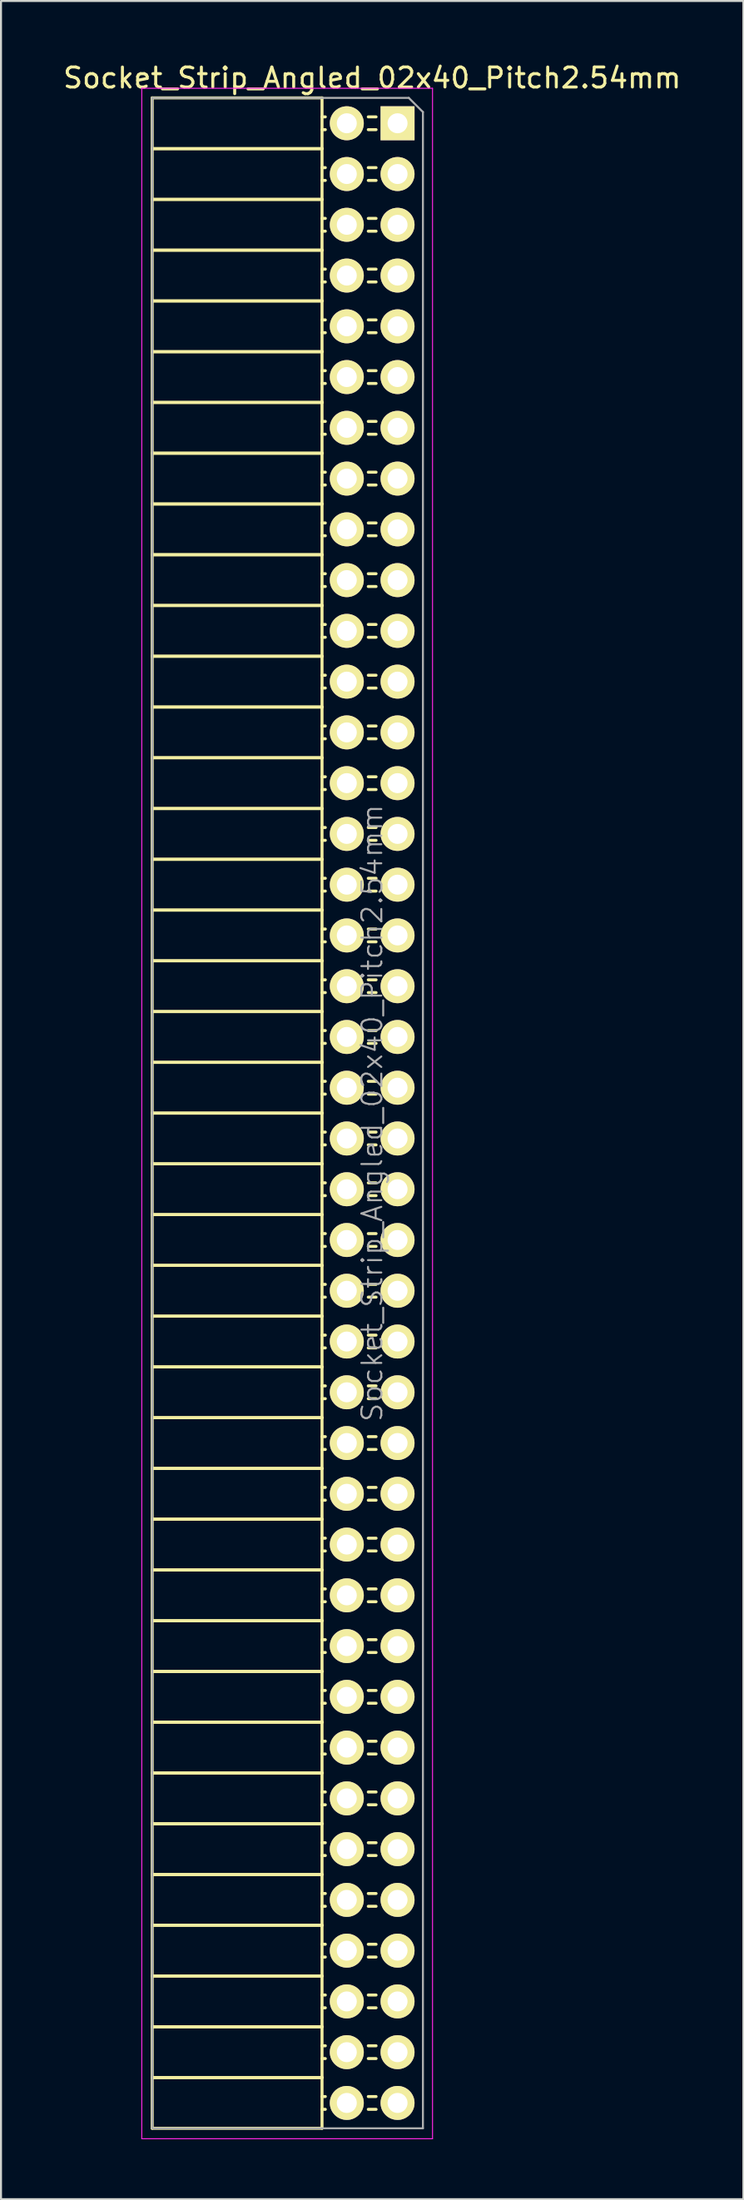
<source format=kicad_pcb>
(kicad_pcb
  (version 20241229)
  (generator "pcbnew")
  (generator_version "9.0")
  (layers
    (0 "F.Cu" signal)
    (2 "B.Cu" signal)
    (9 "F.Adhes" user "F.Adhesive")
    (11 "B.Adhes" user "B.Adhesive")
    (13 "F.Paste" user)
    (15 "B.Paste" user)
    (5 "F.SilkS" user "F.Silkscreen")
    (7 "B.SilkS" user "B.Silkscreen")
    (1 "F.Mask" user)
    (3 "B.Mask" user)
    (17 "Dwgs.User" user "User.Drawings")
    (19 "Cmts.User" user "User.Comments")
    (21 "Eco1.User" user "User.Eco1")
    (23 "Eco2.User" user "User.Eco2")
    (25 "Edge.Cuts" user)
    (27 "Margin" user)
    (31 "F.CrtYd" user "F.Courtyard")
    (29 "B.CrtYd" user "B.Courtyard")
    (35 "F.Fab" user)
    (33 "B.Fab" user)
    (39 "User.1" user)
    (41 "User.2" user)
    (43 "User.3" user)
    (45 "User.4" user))
  (footprint "Socket_Strip_Angled_02x40_Pitch2.54mm"
    (layer "F.Cu")
    (at 16.847 3.118)
    (property "Reference" "Socket_Strip_Angled_02x40_Pitch2.54mm" (at -1.27 -2.27 0) (layer "F.SilkS") (effects (font (size 1 1) (thickness 0.15))))
    (attr smd)
    (fp_line (start -12.28 -1.27) (end -12.28 1.27) (stroke (width 0.15) (type solid)) (layer "F.SilkS"))
    (fp_line (start -12.28 -1.27) (end -3.78 -1.27) (stroke (width 0.15) (type solid)) (layer "F.SilkS"))
    (fp_line (start -12.28 1.27) (end -12.28 3.81) (stroke (width 0.15) (type solid)) (layer "F.SilkS"))
    (fp_line (start -12.28 1.27) (end -3.78 1.27) (stroke (width 0.15) (type solid)) (layer "F.SilkS"))
    (fp_line (start -12.28 1.27) (end -3.78 1.27) (stroke (width 0.15) (type solid)) (layer "F.SilkS"))
    (fp_line (start -12.28 3.81) (end -12.28 6.35) (stroke (width 0.15) (type solid)) (layer "F.SilkS"))
    (fp_line (start -12.28 3.81) (end -3.78 3.81) (stroke (width 0.15) (type solid)) (layer "F.SilkS"))
    (fp_line (start -12.28 3.81) (end -3.78 3.81) (stroke (width 0.15) (type solid)) (layer "F.SilkS"))
    (fp_line (start -12.28 6.35) (end -12.28 8.89) (stroke (width 0.15) (type solid)) (layer "F.SilkS"))
    (fp_line (start -12.28 6.35) (end -3.78 6.35) (stroke (width 0.15) (type solid)) (layer "F.SilkS"))
    (fp_line (start -12.28 6.35) (end -3.78 6.35) (stroke (width 0.15) (type solid)) (layer "F.SilkS"))
    (fp_line (start -12.28 8.89) (end -12.28 11.43) (stroke (width 0.15) (type solid)) (layer "F.SilkS"))
    (fp_line (start -12.28 8.89) (end -3.78 8.89) (stroke (width 0.15) (type solid)) (layer "F.SilkS"))
    (fp_line (start -12.28 8.89) (end -3.78 8.89) (stroke (width 0.15) (type solid)) (layer "F.SilkS"))
    (fp_line (start -12.28 11.43) (end -12.28 13.97) (stroke (width 0.15) (type solid)) (layer "F.SilkS"))
    (fp_line (start -12.28 11.43) (end -3.78 11.43) (stroke (width 0.15) (type solid)) (layer "F.SilkS"))
    (fp_line (start -12.28 11.43) (end -3.78 11.43) (stroke (width 0.15) (type solid)) (layer "F.SilkS"))
    (fp_line (start -12.28 13.97) (end -12.28 16.51) (stroke (width 0.15) (type solid)) (layer "F.SilkS"))
    (fp_line (start -12.28 13.97) (end -3.78 13.97) (stroke (width 0.15) (type solid)) (layer "F.SilkS"))
    (fp_line (start -12.28 13.97) (end -3.78 13.97) (stroke (width 0.15) (type solid)) (layer "F.SilkS"))
    (fp_line (start -12.28 16.51) (end -12.28 19.05) (stroke (width 0.15) (type solid)) (layer "F.SilkS"))
    (fp_line (start -12.28 16.51) (end -3.78 16.51) (stroke (width 0.15) (type solid)) (layer "F.SilkS"))
    (fp_line (start -12.28 16.51) (end -3.78 16.51) (stroke (width 0.15) (type solid)) (layer "F.SilkS"))
    (fp_line (start -12.28 19.05) (end -12.28 21.59) (stroke (width 0.15) (type solid)) (layer "F.SilkS"))
    (fp_line (start -12.28 19.05) (end -3.78 19.05) (stroke (width 0.15) (type solid)) (layer "F.SilkS"))
    (fp_line (start -12.28 19.05) (end -3.78 19.05) (stroke (width 0.15) (type solid)) (layer "F.SilkS"))
    (fp_line (start -12.28 21.59) (end -12.28 24.13) (stroke (width 0.15) (type solid)) (layer "F.SilkS"))
    (fp_line (start -12.28 21.59) (end -3.78 21.59) (stroke (width 0.15) (type solid)) (layer "F.SilkS"))
    (fp_line (start -12.28 21.59) (end -3.78 21.59) (stroke (width 0.15) (type solid)) (layer "F.SilkS"))
    (fp_line (start -12.28 24.13) (end -12.28 26.67) (stroke (width 0.15) (type solid)) (layer "F.SilkS"))
    (fp_line (start -12.28 24.13) (end -3.78 24.13) (stroke (width 0.15) (type solid)) (layer "F.SilkS"))
    (fp_line (start -12.28 24.13) (end -3.78 24.13) (stroke (width 0.15) (type solid)) (layer "F.SilkS"))
    (fp_line (start -12.28 26.67) (end -12.28 29.21) (stroke (width 0.15) (type solid)) (layer "F.SilkS"))
    (fp_line (start -12.28 26.67) (end -3.78 26.67) (stroke (width 0.15) (type solid)) (layer "F.SilkS"))
    (fp_line (start -12.28 26.67) (end -3.78 26.67) (stroke (width 0.15) (type solid)) (layer "F.SilkS"))
    (fp_line (start -12.28 29.21) (end -12.28 31.75) (stroke (width 0.15) (type solid)) (layer "F.SilkS"))
    (fp_line (start -12.28 29.21) (end -3.78 29.21) (stroke (width 0.15) (type solid)) (layer "F.SilkS"))
    (fp_line (start -12.28 29.21) (end -3.78 29.21) (stroke (width 0.15) (type solid)) (layer "F.SilkS"))
    (fp_line (start -12.28 31.75) (end -12.28 34.29) (stroke (width 0.15) (type solid)) (layer "F.SilkS"))
    (fp_line (start -12.28 31.75) (end -3.78 31.75) (stroke (width 0.15) (type solid)) (layer "F.SilkS"))
    (fp_line (start -12.28 31.75) (end -3.78 31.75) (stroke (width 0.15) (type solid)) (layer "F.SilkS"))
    (fp_line (start -12.28 34.29) (end -12.28 36.83) (stroke (width 0.15) (type solid)) (layer "F.SilkS"))
    (fp_line (start -12.28 34.29) (end -3.78 34.29) (stroke (width 0.15) (type solid)) (layer "F.SilkS"))
    (fp_line (start -12.28 34.29) (end -3.78 34.29) (stroke (width 0.15) (type solid)) (layer "F.SilkS"))
    (fp_line (start -12.28 36.83) (end -12.28 39.37) (stroke (width 0.15) (type solid)) (layer "F.SilkS"))
    (fp_line (start -12.28 36.83) (end -3.78 36.83) (stroke (width 0.15) (type solid)) (layer "F.SilkS"))
    (fp_line (start -12.28 36.83) (end -3.78 36.83) (stroke (width 0.15) (type solid)) (layer "F.SilkS"))
    (fp_line (start -12.28 39.37) (end -12.28 41.91) (stroke (width 0.15) (type solid)) (layer "F.SilkS"))
    (fp_line (start -12.28 39.37) (end -3.78 39.37) (stroke (width 0.15) (type solid)) (layer "F.SilkS"))
    (fp_line (start -12.28 39.37) (end -3.78 39.37) (stroke (width 0.15) (type solid)) (layer "F.SilkS"))
    (fp_line (start -12.28 41.91) (end -12.28 44.45) (stroke (width 0.15) (type solid)) (layer "F.SilkS"))
    (fp_line (start -12.28 41.91) (end -3.78 41.91) (stroke (width 0.15) (type solid)) (layer "F.SilkS"))
    (fp_line (start -12.28 41.91) (end -3.78 41.91) (stroke (width 0.15) (type solid)) (layer "F.SilkS"))
    (fp_line (start -12.28 44.45) (end -12.28 46.99) (stroke (width 0.15) (type solid)) (layer "F.SilkS"))
    (fp_line (start -12.28 44.45) (end -3.78 44.45) (stroke (width 0.15) (type solid)) (layer "F.SilkS"))
    (fp_line (start -12.28 44.45) (end -3.78 44.45) (stroke (width 0.15) (type solid)) (layer "F.SilkS"))
    (fp_line (start -12.28 46.99) (end -12.28 49.53) (stroke (width 0.15) (type solid)) (layer "F.SilkS"))
    (fp_line (start -12.28 46.99) (end -3.78 46.99) (stroke (width 0.15) (type solid)) (layer "F.SilkS"))
    (fp_line (start -12.28 46.99) (end -3.78 46.99) (stroke (width 0.15) (type solid)) (layer "F.SilkS"))
    (fp_line (start -12.28 49.53) (end -12.28 52.07) (stroke (width 0.15) (type solid)) (layer "F.SilkS"))
    (fp_line (start -12.28 49.53) (end -3.78 49.53) (stroke (width 0.15) (type solid)) (layer "F.SilkS"))
    (fp_line (start -12.28 49.53) (end -3.78 49.53) (stroke (width 0.15) (type solid)) (layer "F.SilkS"))
    (fp_line (start -12.28 52.07) (end -12.28 54.61) (stroke (width 0.15) (type solid)) (layer "F.SilkS"))
    (fp_line (start -12.28 52.07) (end -3.78 52.07) (stroke (width 0.15) (type solid)) (layer "F.SilkS"))
    (fp_line (start -12.28 52.07) (end -3.78 52.07) (stroke (width 0.15) (type solid)) (layer "F.SilkS"))
    (fp_line (start -12.28 54.61) (end -12.28 57.15) (stroke (width 0.15) (type solid)) (layer "F.SilkS"))
    (fp_line (start -12.28 54.61) (end -3.78 54.61) (stroke (width 0.15) (type solid)) (layer "F.SilkS"))
    (fp_line (start -12.28 54.61) (end -3.78 54.61) (stroke (width 0.15) (type solid)) (layer "F.SilkS"))
    (fp_line (start -12.28 57.15) (end -12.28 59.69) (stroke (width 0.15) (type solid)) (layer "F.SilkS"))
    (fp_line (start -12.28 57.15) (end -3.78 57.15) (stroke (width 0.15) (type solid)) (layer "F.SilkS"))
    (fp_line (start -12.28 57.15) (end -3.78 57.15) (stroke (width 0.15) (type solid)) (layer "F.SilkS"))
    (fp_line (start -12.28 59.69) (end -12.28 62.23) (stroke (width 0.15) (type solid)) (layer "F.SilkS"))
    (fp_line (start -12.28 59.69) (end -3.78 59.69) (stroke (width 0.15) (type solid)) (layer "F.SilkS"))
    (fp_line (start -12.28 59.69) (end -3.78 59.69) (stroke (width 0.15) (type solid)) (layer "F.SilkS"))
    (fp_line (start -12.28 62.23) (end -12.28 64.77) (stroke (width 0.15) (type solid)) (layer "F.SilkS"))
    (fp_line (start -12.28 62.23) (end -3.78 62.23) (stroke (width 0.15) (type solid)) (layer "F.SilkS"))
    (fp_line (start -12.28 62.23) (end -3.78 62.23) (stroke (width 0.15) (type solid)) (layer "F.SilkS"))
    (fp_line (start -12.28 64.77) (end -12.28 67.31) (stroke (width 0.15) (type solid)) (layer "F.SilkS"))
    (fp_line (start -12.28 64.77) (end -3.78 64.77) (stroke (width 0.15) (type solid)) (layer "F.SilkS"))
    (fp_line (start -12.28 64.77) (end -3.78 64.77) (stroke (width 0.15) (type solid)) (layer "F.SilkS"))
    (fp_line (start -12.28 67.31) (end -12.28 69.85) (stroke (width 0.15) (type solid)) (layer "F.SilkS"))
    (fp_line (start -12.28 67.31) (end -3.78 67.31) (stroke (width 0.15) (type solid)) (layer "F.SilkS"))
    (fp_line (start -12.28 67.31) (end -3.78 67.31) (stroke (width 0.15) (type solid)) (layer "F.SilkS"))
    (fp_line (start -12.28 69.85) (end -12.28 72.39) (stroke (width 0.15) (type solid)) (layer "F.SilkS"))
    (fp_line (start -12.28 69.85) (end -3.78 69.85) (stroke (width 0.15) (type solid)) (layer "F.SilkS"))
    (fp_line (start -12.28 69.85) (end -3.78 69.85) (stroke (width 0.15) (type solid)) (layer "F.SilkS"))
    (fp_line (start -12.28 72.39) (end -12.28 74.93) (stroke (width 0.15) (type solid)) (layer "F.SilkS"))
    (fp_line (start -12.28 72.39) (end -3.78 72.39) (stroke (width 0.15) (type solid)) (layer "F.SilkS"))
    (fp_line (start -12.28 72.39) (end -3.78 72.39) (stroke (width 0.15) (type solid)) (layer "F.SilkS"))
    (fp_line (start -12.28 74.93) (end -12.28 77.47) (stroke (width 0.15) (type solid)) (layer "F.SilkS"))
    (fp_line (start -12.28 74.93) (end -3.78 74.93) (stroke (width 0.15) (type solid)) (layer "F.SilkS"))
    (fp_line (start -12.28 74.93) (end -3.78 74.93) (stroke (width 0.15) (type solid)) (layer "F.SilkS"))
    (fp_line (start -12.28 77.47) (end -12.28 80.01) (stroke (width 0.15) (type solid)) (layer "F.SilkS"))
    (fp_line (start -12.28 77.47) (end -3.78 77.47) (stroke (width 0.15) (type solid)) (layer "F.SilkS"))
    (fp_line (start -12.28 77.47) (end -3.78 77.47) (stroke (width 0.15) (type solid)) (layer "F.SilkS"))
    (fp_line (start -12.28 80.01) (end -12.28 82.55) (stroke (width 0.15) (type solid)) (layer "F.SilkS"))
    (fp_line (start -12.28 80.01) (end -3.78 80.01) (stroke (width 0.15) (type solid)) (layer "F.SilkS"))
    (fp_line (start -12.28 80.01) (end -3.78 80.01) (stroke (width 0.15) (type solid)) (layer "F.SilkS"))
    (fp_line (start -12.28 82.55) (end -12.28 85.09) (stroke (width 0.15) (type solid)) (layer "F.SilkS"))
    (fp_line (start -12.28 82.55) (end -3.78 82.55) (stroke (width 0.15) (type solid)) (layer "F.SilkS"))
    (fp_line (start -12.28 82.55) (end -3.78 82.55) (stroke (width 0.15) (type solid)) (layer "F.SilkS"))
    (fp_line (start -12.28 85.09) (end -12.28 87.63) (stroke (width 0.15) (type solid)) (layer "F.SilkS"))
    (fp_line (start -12.28 85.09) (end -3.78 85.09) (stroke (width 0.15) (type solid)) (layer "F.SilkS"))
    (fp_line (start -12.28 85.09) (end -3.78 85.09) (stroke (width 0.15) (type solid)) (layer "F.SilkS"))
    (fp_line (start -12.28 87.63) (end -12.28 90.17) (stroke (width 0.15) (type solid)) (layer "F.SilkS"))
    (fp_line (start -12.28 87.63) (end -3.78 87.63) (stroke (width 0.15) (type solid)) (layer "F.SilkS"))
    (fp_line (start -12.28 87.63) (end -3.78 87.63) (stroke (width 0.15) (type solid)) (layer "F.SilkS"))
    (fp_line (start -12.28 90.17) (end -12.28 92.71) (stroke (width 0.15) (type solid)) (layer "F.SilkS"))
    (fp_line (start -12.28 90.17) (end -3.78 90.17) (stroke (width 0.15) (type solid)) (layer "F.SilkS"))
    (fp_line (start -12.28 90.17) (end -3.78 90.17) (stroke (width 0.15) (type solid)) (layer "F.SilkS"))
    (fp_line (start -12.28 92.71) (end -12.28 95.25) (stroke (width 0.15) (type solid)) (layer "F.SilkS"))
    (fp_line (start -12.28 92.71) (end -3.78 92.71) (stroke (width 0.15) (type solid)) (layer "F.SilkS"))
    (fp_line (start -12.28 92.71) (end -3.78 92.71) (stroke (width 0.15) (type solid)) (layer "F.SilkS"))
    (fp_line (start -12.28 95.25) (end -12.28 97.79) (stroke (width 0.15) (type solid)) (layer "F.SilkS"))
    (fp_line (start -12.28 95.25) (end -3.78 95.25) (stroke (width 0.15) (type solid)) (layer "F.SilkS"))
    (fp_line (start -12.28 95.25) (end -3.78 95.25) (stroke (width 0.15) (type solid)) (layer "F.SilkS"))
    (fp_line (start -12.28 97.79) (end -12.28 100.33) (stroke (width 0.15) (type solid)) (layer "F.SilkS"))
    (fp_line (start -12.28 97.79) (end -3.78 97.79) (stroke (width 0.15) (type solid)) (layer "F.SilkS"))
    (fp_line (start -12.28 97.79) (end -3.78 97.79) (stroke (width 0.15) (type solid)) (layer "F.SilkS"))
    (fp_line (start -12.28 100.33) (end -3.78 100.33) (stroke (width 0.15) (type solid)) (layer "F.SilkS"))
    (fp_line (start -3.78 -1.27) (end -3.78 1.27) (stroke (width 0.15) (type solid)) (layer "F.SilkS"))
    (fp_line (start -3.78 -0.32) (end -3.615 -0.32) (stroke (width 0.15) (type solid)) (layer "F.SilkS"))
    (fp_line (start -3.78 0.32) (end -3.615 0.32) (stroke (width 0.15) (type solid)) (layer "F.SilkS"))
    (fp_line (start -3.78 1.27) (end -3.78 3.81) (stroke (width 0.15) (type solid)) (layer "F.SilkS"))
    (fp_line (start -3.78 2.22) (end -3.615 2.22) (stroke (width 0.15) (type solid)) (layer "F.SilkS"))
    (fp_line (start -3.78 2.86) (end -3.615 2.86) (stroke (width 0.15) (type solid)) (layer "F.SilkS"))
    (fp_line (start -3.78 3.81) (end -3.78 6.35) (stroke (width 0.15) (type solid)) (layer "F.SilkS"))
    (fp_line (start -3.78 4.76) (end -3.615 4.76) (stroke (width 0.15) (type solid)) (layer "F.SilkS"))
    (fp_line (start -3.78 5.4) (end -3.615 5.4) (stroke (width 0.15) (type solid)) (layer "F.SilkS"))
    (fp_line (start -3.78 6.35) (end -3.78 8.89) (stroke (width 0.15) (type solid)) (layer "F.SilkS"))
    (fp_line (start -3.78 7.3) (end -3.615 7.3) (stroke (width 0.15) (type solid)) (layer "F.SilkS"))
    (fp_line (start -3.78 7.94) (end -3.615 7.94) (stroke (width 0.15) (type solid)) (layer "F.SilkS"))
    (fp_line (start -3.78 8.89) (end -3.78 11.43) (stroke (width 0.15) (type solid)) (layer "F.SilkS"))
    (fp_line (start -3.78 9.84) (end -3.615 9.84) (stroke (width 0.15) (type solid)) (layer "F.SilkS"))
    (fp_line (start -3.78 10.48) (end -3.615 10.48) (stroke (width 0.15) (type solid)) (layer "F.SilkS"))
    (fp_line (start -3.78 11.43) (end -3.78 13.97) (stroke (width 0.15) (type solid)) (layer "F.SilkS"))
    (fp_line (start -3.78 12.38) (end -3.615 12.38) (stroke (width 0.15) (type solid)) (layer "F.SilkS"))
    (fp_line (start -3.78 13.02) (end -3.615 13.02) (stroke (width 0.15) (type solid)) (layer "F.SilkS"))
    (fp_line (start -3.78 13.97) (end -3.78 16.51) (stroke (width 0.15) (type solid)) (layer "F.SilkS"))
    (fp_line (start -3.78 14.92) (end -3.615 14.92) (stroke (width 0.15) (type solid)) (layer "F.SilkS"))
    (fp_line (start -3.78 15.56) (end -3.615 15.56) (stroke (width 0.15) (type solid)) (layer "F.SilkS"))
    (fp_line (start -3.78 16.51) (end -3.78 19.05) (stroke (width 0.15) (type solid)) (layer "F.SilkS"))
    (fp_line (start -3.78 17.46) (end -3.615 17.46) (stroke (width 0.15) (type solid)) (layer "F.SilkS"))
    (fp_line (start -3.78 18.1) (end -3.615 18.1) (stroke (width 0.15) (type solid)) (layer "F.SilkS"))
    (fp_line (start -3.78 19.05) (end -3.78 21.59) (stroke (width 0.15) (type solid)) (layer "F.SilkS"))
    (fp_line (start -3.78 20) (end -3.615 20) (stroke (width 0.15) (type solid)) (layer "F.SilkS"))
    (fp_line (start -3.78 20.64) (end -3.615 20.64) (stroke (width 0.15) (type solid)) (layer "F.SilkS"))
    (fp_line (start -3.78 21.59) (end -3.78 24.13) (stroke (width 0.15) (type solid)) (layer "F.SilkS"))
    (fp_line (start -3.78 22.54) (end -3.615 22.54) (stroke (width 0.15) (type solid)) (layer "F.SilkS"))
    (fp_line (start -3.78 23.18) (end -3.615 23.18) (stroke (width 0.15) (type solid)) (layer "F.SilkS"))
    (fp_line (start -3.78 24.13) (end -3.78 26.67) (stroke (width 0.15) (type solid)) (layer "F.SilkS"))
    (fp_line (start -3.78 25.08) (end -3.615 25.08) (stroke (width 0.15) (type solid)) (layer "F.SilkS"))
    (fp_line (start -3.78 25.72) (end -3.615 25.72) (stroke (width 0.15) (type solid)) (layer "F.SilkS"))
    (fp_line (start -3.78 26.67) (end -3.78 29.21) (stroke (width 0.15) (type solid)) (layer "F.SilkS"))
    (fp_line (start -3.78 27.62) (end -3.615 27.62) (stroke (width 0.15) (type solid)) (layer "F.SilkS"))
    (fp_line (start -3.78 28.26) (end -3.615 28.26) (stroke (width 0.15) (type solid)) (layer "F.SilkS"))
    (fp_line (start -3.78 29.21) (end -3.78 31.75) (stroke (width 0.15) (type solid)) (layer "F.SilkS"))
    (fp_line (start -3.78 30.16) (end -3.615 30.16) (stroke (width 0.15) (type solid)) (layer "F.SilkS"))
    (fp_line (start -3.78 30.8) (end -3.615 30.8) (stroke (width 0.15) (type solid)) (layer "F.SilkS"))
    (fp_line (start -3.78 31.75) (end -3.78 34.29) (stroke (width 0.15) (type solid)) (layer "F.SilkS"))
    (fp_line (start -3.78 32.7) (end -3.615 32.7) (stroke (width 0.15) (type solid)) (layer "F.SilkS"))
    (fp_line (start -3.78 33.34) (end -3.615 33.34) (stroke (width 0.15) (type solid)) (layer "F.SilkS"))
    (fp_line (start -3.78 34.29) (end -3.78 36.83) (stroke (width 0.15) (type solid)) (layer "F.SilkS"))
    (fp_line (start -3.78 35.24) (end -3.615 35.24) (stroke (width 0.15) (type solid)) (layer "F.SilkS"))
    (fp_line (start -3.78 35.88) (end -3.615 35.88) (stroke (width 0.15) (type solid)) (layer "F.SilkS"))
    (fp_line (start -3.78 36.83) (end -3.78 39.37) (stroke (width 0.15) (type solid)) (layer "F.SilkS"))
    (fp_line (start -3.78 37.78) (end -3.615 37.78) (stroke (width 0.15) (type solid)) (layer "F.SilkS"))
    (fp_line (start -3.78 38.42) (end -3.615 38.42) (stroke (width 0.15) (type solid)) (layer "F.SilkS"))
    (fp_line (start -3.78 39.37) (end -3.78 41.91) (stroke (width 0.15) (type solid)) (layer "F.SilkS"))
    (fp_line (start -3.78 40.32) (end -3.615 40.32) (stroke (width 0.15) (type solid)) (layer "F.SilkS"))
    (fp_line (start -3.78 40.96) (end -3.615 40.96) (stroke (width 0.15) (type solid)) (layer "F.SilkS"))
    (fp_line (start -3.78 41.91) (end -3.78 44.45) (stroke (width 0.15) (type solid)) (layer "F.SilkS"))
    (fp_line (start -3.78 42.86) (end -3.615 42.86) (stroke (width 0.15) (type solid)) (layer "F.SilkS"))
    (fp_line (start -3.78 43.5) (end -3.615 43.5) (stroke (width 0.15) (type solid)) (layer "F.SilkS"))
    (fp_line (start -3.78 44.45) (end -3.78 46.99) (stroke (width 0.15) (type solid)) (layer "F.SilkS"))
    (fp_line (start -3.78 45.4) (end -3.615 45.4) (stroke (width 0.15) (type solid)) (layer "F.SilkS"))
    (fp_line (start -3.78 46.04) (end -3.615 46.04) (stroke (width 0.15) (type solid)) (layer "F.SilkS"))
    (fp_line (start -3.78 46.99) (end -3.78 49.53) (stroke (width 0.15) (type solid)) (layer "F.SilkS"))
    (fp_line (start -3.78 47.94) (end -3.615 47.94) (stroke (width 0.15) (type solid)) (layer "F.SilkS"))
    (fp_line (start -3.78 48.58) (end -3.615 48.58) (stroke (width 0.15) (type solid)) (layer "F.SilkS"))
    (fp_line (start -3.78 49.53) (end -3.78 52.07) (stroke (width 0.15) (type solid)) (layer "F.SilkS"))
    (fp_line (start -3.78 50.48) (end -3.615 50.48) (stroke (width 0.15) (type solid)) (layer "F.SilkS"))
    (fp_line (start -3.78 51.12) (end -3.615 51.12) (stroke (width 0.15) (type solid)) (layer "F.SilkS"))
    (fp_line (start -3.78 52.07) (end -3.78 54.61) (stroke (width 0.15) (type solid)) (layer "F.SilkS"))
    (fp_line (start -3.78 53.02) (end -3.615 53.02) (stroke (width 0.15) (type solid)) (layer "F.SilkS"))
    (fp_line (start -3.78 53.66) (end -3.615 53.66) (stroke (width 0.15) (type solid)) (layer "F.SilkS"))
    (fp_line (start -3.78 54.61) (end -3.78 57.15) (stroke (width 0.15) (type solid)) (layer "F.SilkS"))
    (fp_line (start -3.78 55.56) (end -3.615 55.56) (stroke (width 0.15) (type solid)) (layer "F.SilkS"))
    (fp_line (start -3.78 56.2) (end -3.615 56.2) (stroke (width 0.15) (type solid)) (layer "F.SilkS"))
    (fp_line (start -3.78 57.15) (end -3.78 59.69) (stroke (width 0.15) (type solid)) (layer "F.SilkS"))
    (fp_line (start -3.78 58.1) (end -3.615 58.1) (stroke (width 0.15) (type solid)) (layer "F.SilkS"))
    (fp_line (start -3.78 58.74) (end -3.615 58.74) (stroke (width 0.15) (type solid)) (layer "F.SilkS"))
    (fp_line (start -3.78 59.69) (end -3.78 62.23) (stroke (width 0.15) (type solid)) (layer "F.SilkS"))
    (fp_line (start -3.78 60.64) (end -3.615 60.64) (stroke (width 0.15) (type solid)) (layer "F.SilkS"))
    (fp_line (start -3.78 61.28) (end -3.615 61.28) (stroke (width 0.15) (type solid)) (layer "F.SilkS"))
    (fp_line (start -3.78 62.23) (end -3.78 64.77) (stroke (width 0.15) (type solid)) (layer "F.SilkS"))
    (fp_line (start -3.78 63.18) (end -3.615 63.18) (stroke (width 0.15) (type solid)) (layer "F.SilkS"))
    (fp_line (start -3.78 63.82) (end -3.615 63.82) (stroke (width 0.15) (type solid)) (layer "F.SilkS"))
    (fp_line (start -3.78 64.77) (end -3.78 67.31) (stroke (width 0.15) (type solid)) (layer "F.SilkS"))
    (fp_line (start -3.78 65.72) (end -3.615 65.72) (stroke (width 0.15) (type solid)) (layer "F.SilkS"))
    (fp_line (start -3.78 66.36) (end -3.615 66.36) (stroke (width 0.15) (type solid)) (layer "F.SilkS"))
    (fp_line (start -3.78 67.31) (end -3.78 69.85) (stroke (width 0.15) (type solid)) (layer "F.SilkS"))
    (fp_line (start -3.78 68.26) (end -3.615 68.26) (stroke (width 0.15) (type solid)) (layer "F.SilkS"))
    (fp_line (start -3.78 68.9) (end -3.615 68.9) (stroke (width 0.15) (type solid)) (layer "F.SilkS"))
    (fp_line (start -3.78 69.85) (end -3.78 72.39) (stroke (width 0.15) (type solid)) (layer "F.SilkS"))
    (fp_line (start -3.78 70.8) (end -3.615 70.8) (stroke (width 0.15) (type solid)) (layer "F.SilkS"))
    (fp_line (start -3.78 71.44) (end -3.615 71.44) (stroke (width 0.15) (type solid)) (layer "F.SilkS"))
    (fp_line (start -3.78 72.39) (end -3.78 74.93) (stroke (width 0.15) (type solid)) (layer "F.SilkS"))
    (fp_line (start -3.78 73.34) (end -3.615 73.34) (stroke (width 0.15) (type solid)) (layer "F.SilkS"))
    (fp_line (start -3.78 73.98) (end -3.615 73.98) (stroke (width 0.15) (type solid)) (layer "F.SilkS"))
    (fp_line (start -3.78 74.93) (end -3.78 77.47) (stroke (width 0.15) (type solid)) (layer "F.SilkS"))
    (fp_line (start -3.78 75.88) (end -3.615 75.88) (stroke (width 0.15) (type solid)) (layer "F.SilkS"))
    (fp_line (start -3.78 76.52) (end -3.615 76.52) (stroke (width 0.15) (type solid)) (layer "F.SilkS"))
    (fp_line (start -3.78 77.47) (end -3.78 80.01) (stroke (width 0.15) (type solid)) (layer "F.SilkS"))
    (fp_line (start -3.78 78.42) (end -3.615 78.42) (stroke (width 0.15) (type solid)) (layer "F.SilkS"))
    (fp_line (start -3.78 79.06) (end -3.615 79.06) (stroke (width 0.15) (type solid)) (layer "F.SilkS"))
    (fp_line (start -3.78 80.01) (end -3.78 82.55) (stroke (width 0.15) (type solid)) (layer "F.SilkS"))
    (fp_line (start -3.78 80.96) (end -3.615 80.96) (stroke (width 0.15) (type solid)) (layer "F.SilkS"))
    (fp_line (start -3.78 81.6) (end -3.615 81.6) (stroke (width 0.15) (type solid)) (layer "F.SilkS"))
    (fp_line (start -3.78 82.55) (end -3.78 85.09) (stroke (width 0.15) (type solid)) (layer "F.SilkS"))
    (fp_line (start -3.78 83.5) (end -3.615 83.5) (stroke (width 0.15) (type solid)) (layer "F.SilkS"))
    (fp_line (start -3.78 84.14) (end -3.615 84.14) (stroke (width 0.15) (type solid)) (layer "F.SilkS"))
    (fp_line (start -3.78 85.09) (end -3.78 87.63) (stroke (width 0.15) (type solid)) (layer "F.SilkS"))
    (fp_line (start -3.78 86.04) (end -3.615 86.04) (stroke (width 0.15) (type solid)) (layer "F.SilkS"))
    (fp_line (start -3.78 86.68) (end -3.615 86.68) (stroke (width 0.15) (type solid)) (layer "F.SilkS"))
    (fp_line (start -3.78 87.63) (end -3.78 90.17) (stroke (width 0.15) (type solid)) (layer "F.SilkS"))
    (fp_line (start -3.78 88.58) (end -3.615 88.58) (stroke (width 0.15) (type solid)) (layer "F.SilkS"))
    (fp_line (start -3.78 89.22) (end -3.615 89.22) (stroke (width 0.15) (type solid)) (layer "F.SilkS"))
    (fp_line (start -3.78 90.17) (end -3.78 92.71) (stroke (width 0.15) (type solid)) (layer "F.SilkS"))
    (fp_line (start -3.78 91.12) (end -3.615 91.12) (stroke (width 0.15) (type solid)) (layer "F.SilkS"))
    (fp_line (start -3.78 91.76) (end -3.615 91.76) (stroke (width 0.15) (type solid)) (layer "F.SilkS"))
    (fp_line (start -3.78 92.71) (end -3.78 95.25) (stroke (width 0.15) (type solid)) (layer "F.SilkS"))
    (fp_line (start -3.78 93.66) (end -3.615 93.66) (stroke (width 0.15) (type solid)) (layer "F.SilkS"))
    (fp_line (start -3.78 94.3) (end -3.615 94.3) (stroke (width 0.15) (type solid)) (layer "F.SilkS"))
    (fp_line (start -3.78 95.25) (end -3.78 97.79) (stroke (width 0.15) (type solid)) (layer "F.SilkS"))
    (fp_line (start -3.78 96.2) (end -3.615 96.2) (stroke (width 0.15) (type solid)) (layer "F.SilkS"))
    (fp_line (start -3.78 96.84) (end -3.615 96.84) (stroke (width 0.15) (type solid)) (layer "F.SilkS"))
    (fp_line (start -3.78 97.79) (end -3.78 100.33) (stroke (width 0.15) (type solid)) (layer "F.SilkS"))
    (fp_line (start -3.78 98.74) (end -3.615 98.74) (stroke (width 0.15) (type solid)) (layer "F.SilkS"))
    (fp_line (start -3.78 99.38) (end -3.615 99.38) (stroke (width 0.15) (type solid)) (layer "F.SilkS"))
    (fp_line (start -1.075 -0.32) (end -1.465 -0.32) (stroke (width 0.15) (type solid)) (layer "F.SilkS"))
    (fp_line (start -1.075 0.32) (end -1.465 0.32) (stroke (width 0.15) (type solid)) (layer "F.SilkS"))
    (fp_line (start -1.075 2.22) (end -1.465 2.22) (stroke (width 0.15) (type solid)) (layer "F.SilkS"))
    (fp_line (start -1.075 2.86) (end -1.465 2.86) (stroke (width 0.15) (type solid)) (layer "F.SilkS"))
    (fp_line (start -1.075 4.76) (end -1.465 4.76) (stroke (width 0.15) (type solid)) (layer "F.SilkS"))
    (fp_line (start -1.075 5.4) (end -1.465 5.4) (stroke (width 0.15) (type solid)) (layer "F.SilkS"))
    (fp_line (start -1.075 7.3) (end -1.465 7.3) (stroke (width 0.15) (type solid)) (layer "F.SilkS"))
    (fp_line (start -1.075 7.94) (end -1.465 7.94) (stroke (width 0.15) (type solid)) (layer "F.SilkS"))
    (fp_line (start -1.075 9.84) (end -1.465 9.84) (stroke (width 0.15) (type solid)) (layer "F.SilkS"))
    (fp_line (start -1.075 10.48) (end -1.465 10.48) (stroke (width 0.15) (type solid)) (layer "F.SilkS"))
    (fp_line (start -1.075 12.38) (end -1.465 12.38) (stroke (width 0.15) (type solid)) (layer "F.SilkS"))
    (fp_line (start -1.075 13.02) (end -1.465 13.02) (stroke (width 0.15) (type solid)) (layer "F.SilkS"))
    (fp_line (start -1.075 14.92) (end -1.465 14.92) (stroke (width 0.15) (type solid)) (layer "F.SilkS"))
    (fp_line (start -1.075 15.56) (end -1.465 15.56) (stroke (width 0.15) (type solid)) (layer "F.SilkS"))
    (fp_line (start -1.075 17.46) (end -1.465 17.46) (stroke (width 0.15) (type solid)) (layer "F.SilkS"))
    (fp_line (start -1.075 18.1) (end -1.465 18.1) (stroke (width 0.15) (type solid)) (layer "F.SilkS"))
    (fp_line (start -1.075 20) (end -1.465 20) (stroke (width 0.15) (type solid)) (layer "F.SilkS"))
    (fp_line (start -1.075 20.64) (end -1.465 20.64) (stroke (width 0.15) (type solid)) (layer "F.SilkS"))
    (fp_line (start -1.075 22.54) (end -1.465 22.54) (stroke (width 0.15) (type solid)) (layer "F.SilkS"))
    (fp_line (start -1.075 23.18) (end -1.465 23.18) (stroke (width 0.15) (type solid)) (layer "F.SilkS"))
    (fp_line (start -1.075 25.08) (end -1.465 25.08) (stroke (width 0.15) (type solid)) (layer "F.SilkS"))
    (fp_line (start -1.075 25.72) (end -1.465 25.72) (stroke (width 0.15) (type solid)) (layer "F.SilkS"))
    (fp_line (start -1.075 27.62) (end -1.465 27.62) (stroke (width 0.15) (type solid)) (layer "F.SilkS"))
    (fp_line (start -1.075 28.26) (end -1.465 28.26) (stroke (width 0.15) (type solid)) (layer "F.SilkS"))
    (fp_line (start -1.075 30.16) (end -1.465 30.16) (stroke (width 0.15) (type solid)) (layer "F.SilkS"))
    (fp_line (start -1.075 30.8) (end -1.465 30.8) (stroke (width 0.15) (type solid)) (layer "F.SilkS"))
    (fp_line (start -1.075 32.7) (end -1.465 32.7) (stroke (width 0.15) (type solid)) (layer "F.SilkS"))
    (fp_line (start -1.075 33.34) (end -1.465 33.34) (stroke (width 0.15) (type solid)) (layer "F.SilkS"))
    (fp_line (start -1.075 35.24) (end -1.465 35.24) (stroke (width 0.15) (type solid)) (layer "F.SilkS"))
    (fp_line (start -1.075 35.88) (end -1.465 35.88) (stroke (width 0.15) (type solid)) (layer "F.SilkS"))
    (fp_line (start -1.075 37.78) (end -1.465 37.78) (stroke (width 0.15) (type solid)) (layer "F.SilkS"))
    (fp_line (start -1.075 38.42) (end -1.465 38.42) (stroke (width 0.15) (type solid)) (layer "F.SilkS"))
    (fp_line (start -1.075 40.32) (end -1.465 40.32) (stroke (width 0.15) (type solid)) (layer "F.SilkS"))
    (fp_line (start -1.075 40.96) (end -1.465 40.96) (stroke (width 0.15) (type solid)) (layer "F.SilkS"))
    (fp_line (start -1.075 42.86) (end -1.465 42.86) (stroke (width 0.15) (type solid)) (layer "F.SilkS"))
    (fp_line (start -1.075 43.5) (end -1.465 43.5) (stroke (width 0.15) (type solid)) (layer "F.SilkS"))
    (fp_line (start -1.075 45.4) (end -1.465 45.4) (stroke (width 0.15) (type solid)) (layer "F.SilkS"))
    (fp_line (start -1.075 46.04) (end -1.465 46.04) (stroke (width 0.15) (type solid)) (layer "F.SilkS"))
    (fp_line (start -1.075 47.94) (end -1.465 47.94) (stroke (width 0.15) (type solid)) (layer "F.SilkS"))
    (fp_line (start -1.075 48.58) (end -1.465 48.58) (stroke (width 0.15) (type solid)) (layer "F.SilkS"))
    (fp_line (start -1.075 50.48) (end -1.465 50.48) (stroke (width 0.15) (type solid)) (layer "F.SilkS"))
    (fp_line (start -1.075 51.12) (end -1.465 51.12) (stroke (width 0.15) (type solid)) (layer "F.SilkS"))
    (fp_line (start -1.075 53.02) (end -1.465 53.02) (stroke (width 0.15) (type solid)) (layer "F.SilkS"))
    (fp_line (start -1.075 53.66) (end -1.465 53.66) (stroke (width 0.15) (type solid)) (layer "F.SilkS"))
    (fp_line (start -1.075 55.56) (end -1.465 55.56) (stroke (width 0.15) (type solid)) (layer "F.SilkS"))
    (fp_line (start -1.075 56.2) (end -1.465 56.2) (stroke (width 0.15) (type solid)) (layer "F.SilkS"))
    (fp_line (start -1.075 58.1) (end -1.465 58.1) (stroke (width 0.15) (type solid)) (layer "F.SilkS"))
    (fp_line (start -1.075 58.74) (end -1.465 58.74) (stroke (width 0.15) (type solid)) (layer "F.SilkS"))
    (fp_line (start -1.075 60.64) (end -1.465 60.64) (stroke (width 0.15) (type solid)) (layer "F.SilkS"))
    (fp_line (start -1.075 61.28) (end -1.465 61.28) (stroke (width 0.15) (type solid)) (layer "F.SilkS"))
    (fp_line (start -1.075 63.18) (end -1.465 63.18) (stroke (width 0.15) (type solid)) (layer "F.SilkS"))
    (fp_line (start -1.075 63.82) (end -1.465 63.82) (stroke (width 0.15) (type solid)) (layer "F.SilkS"))
    (fp_line (start -1.075 65.72) (end -1.465 65.72) (stroke (width 0.15) (type solid)) (layer "F.SilkS"))
    (fp_line (start -1.075 66.36) (end -1.465 66.36) (stroke (width 0.15) (type solid)) (layer "F.SilkS"))
    (fp_line (start -1.075 68.26) (end -1.465 68.26) (stroke (width 0.15) (type solid)) (layer "F.SilkS"))
    (fp_line (start -1.075 68.9) (end -1.465 68.9) (stroke (width 0.15) (type solid)) (layer "F.SilkS"))
    (fp_line (start -1.075 70.8) (end -1.465 70.8) (stroke (width 0.15) (type solid)) (layer "F.SilkS"))
    (fp_line (start -1.075 71.44) (end -1.465 71.44) (stroke (width 0.15) (type solid)) (layer "F.SilkS"))
    (fp_line (start -1.075 73.34) (end -1.465 73.34) (stroke (width 0.15) (type solid)) (layer "F.SilkS"))
    (fp_line (start -1.075 73.98) (end -1.465 73.98) (stroke (width 0.15) (type solid)) (layer "F.SilkS"))
    (fp_line (start -1.075 75.88) (end -1.465 75.88) (stroke (width 0.15) (type solid)) (layer "F.SilkS"))
    (fp_line (start -1.075 76.52) (end -1.465 76.52) (stroke (width 0.15) (type solid)) (layer "F.SilkS"))
    (fp_line (start -1.075 78.42) (end -1.465 78.42) (stroke (width 0.15) (type solid)) (layer "F.SilkS"))
    (fp_line (start -1.075 79.06) (end -1.465 79.06) (stroke (width 0.15) (type solid)) (layer "F.SilkS"))
    (fp_line (start -1.075 80.96) (end -1.465 80.96) (stroke (width 0.15) (type solid)) (layer "F.SilkS"))
    (fp_line (start -1.075 81.6) (end -1.465 81.6) (stroke (width 0.15) (type solid)) (layer "F.SilkS"))
    (fp_line (start -1.075 83.5) (end -1.465 83.5) (stroke (width 0.15) (type solid)) (layer "F.SilkS"))
    (fp_line (start -1.075 84.14) (end -1.465 84.14) (stroke (width 0.15) (type solid)) (layer "F.SilkS"))
    (fp_line (start -1.075 86.04) (end -1.465 86.04) (stroke (width 0.15) (type solid)) (layer "F.SilkS"))
    (fp_line (start -1.075 86.68) (end -1.465 86.68) (stroke (width 0.15) (type solid)) (layer "F.SilkS"))
    (fp_line (start -1.075 88.58) (end -1.465 88.58) (stroke (width 0.15) (type solid)) (layer "F.SilkS"))
    (fp_line (start -1.075 89.22) (end -1.465 89.22) (stroke (width 0.15) (type solid)) (layer "F.SilkS"))
    (fp_line (start -1.075 91.12) (end -1.465 91.12) (stroke (width 0.15) (type solid)) (layer "F.SilkS"))
    (fp_line (start -1.075 91.76) (end -1.465 91.76) (stroke (width 0.15) (type solid)) (layer "F.SilkS"))
    (fp_line (start -1.075 93.66) (end -1.465 93.66) (stroke (width 0.15) (type solid)) (layer "F.SilkS"))
    (fp_line (start -1.075 94.3) (end -1.465 94.3) (stroke (width 0.15) (type solid)) (layer "F.SilkS"))
    (fp_line (start -1.075 96.2) (end -1.465 96.2) (stroke (width 0.15) (type solid)) (layer "F.SilkS"))
    (fp_line (start -1.075 96.84) (end -1.465 96.84) (stroke (width 0.15) (type solid)) (layer "F.SilkS"))
    (fp_line (start -1.075 98.74) (end -1.465 98.74) (stroke (width 0.15) (type solid)) (layer "F.SilkS"))
    (fp_line (start -1.075 99.38) (end -1.465 99.38) (stroke (width 0.15) (type solid)) (layer "F.SilkS"))
    (fp_line (start -12.8 -1.75) (end 1.75 -1.75) (stroke (width 0.05) (type solid)) (layer "F.CrtYd"))
    (fp_line (start -12.8 100.85) (end -12.8 -1.75) (stroke (width 0.05) (type solid)) (layer "F.CrtYd"))
    (fp_line (start -12.8 100.85) (end 1.75 100.85) (stroke (width 0.05) (type solid)) (layer "F.CrtYd"))
    (fp_line (start 1.75 100.85) (end 1.75 -1.75) (stroke (width 0.05) (type solid)) (layer "F.CrtYd"))
    (fp_line (start -12.28 -1.27) (end 0.563 -1.27) (stroke (width 0.1) (type solid)) (layer "F.Fab"))
    (fp_line (start -12.28 100.33) (end -12.28 -1.27) (stroke (width 0.1) (type solid)) (layer "F.Fab"))
    (fp_line (start -12.28 100.33) (end 1.27 100.33) (stroke (width 0.1) (type solid)) (layer "F.Fab"))
    (fp_line (start 1.27 -0.563) (end 0.563 -1.27) (stroke (width 0.1) (type solid)) (layer "F.Fab"))
    (fp_line (start 1.27 100.33) (end 1.27 -0.563) (stroke (width 0.1) (type solid)) (layer "F.Fab"))
    (fp_text user "${REFERENCE}" (at -1.27 49.53 90) (layer "F.Fab") (effects (font (size 1 1) (thickness 0.1))))
    (pad "1" thru_hole rect (at 0 0) (size 1.7 1.7) (drill 1) (layers "*.Cu" "*.Mask" "F.SilkS"))
    (pad "2" thru_hole oval (at -2.54 0) (size 1.7 1.7) (drill 1) (layers "*.Cu" "*.Mask" "F.SilkS"))
    (pad "3" thru_hole oval (at 0 2.54) (size 1.7 1.7) (drill 1) (layers "*.Cu" "*.Mask" "F.SilkS"))
    (pad "4" thru_hole oval (at -2.54 2.54) (size 1.7 1.7) (drill 1) (layers "*.Cu" "*.Mask" "F.SilkS"))
    (pad "5" thru_hole oval (at 0 5.08) (size 1.7 1.7) (drill 1) (layers "*.Cu" "*.Mask" "F.SilkS"))
    (pad "6" thru_hole oval (at -2.54 5.08) (size 1.7 1.7) (drill 1) (layers "*.Cu" "*.Mask" "F.SilkS"))
    (pad "7" thru_hole oval (at 0 7.62) (size 1.7 1.7) (drill 1) (layers "*.Cu" "*.Mask" "F.SilkS"))
    (pad "8" thru_hole oval (at -2.54 7.62) (size 1.7 1.7) (drill 1) (layers "*.Cu" "*.Mask" "F.SilkS"))
    (pad "9" thru_hole oval (at 0 10.16) (size 1.7 1.7) (drill 1) (layers "*.Cu" "*.Mask" "F.SilkS"))
    (pad "10" thru_hole oval (at -2.54 10.16) (size 1.7 1.7) (drill 1) (layers "*.Cu" "*.Mask" "F.SilkS"))
    (pad "11" thru_hole oval (at 0 12.7) (size 1.7 1.7) (drill 1) (layers "*.Cu" "*.Mask" "F.SilkS"))
    (pad "12" thru_hole oval (at -2.54 12.7) (size 1.7 1.7) (drill 1) (layers "*.Cu" "*.Mask" "F.SilkS"))
    (pad "13" thru_hole oval (at 0 15.24) (size 1.7 1.7) (drill 1) (layers "*.Cu" "*.Mask" "F.SilkS"))
    (pad "14" thru_hole oval (at -2.54 15.24) (size 1.7 1.7) (drill 1) (layers "*.Cu" "*.Mask" "F.SilkS"))
    (pad "15" thru_hole oval (at 0 17.78) (size 1.7 1.7) (drill 1) (layers "*.Cu" "*.Mask" "F.SilkS"))
    (pad "16" thru_hole oval (at -2.54 17.78) (size 1.7 1.7) (drill 1) (layers "*.Cu" "*.Mask" "F.SilkS"))
    (pad "17" thru_hole oval (at 0 20.32) (size 1.7 1.7) (drill 1) (layers "*.Cu" "*.Mask" "F.SilkS"))
    (pad "18" thru_hole oval (at -2.54 20.32) (size 1.7 1.7) (drill 1) (layers "*.Cu" "*.Mask" "F.SilkS"))
    (pad "19" thru_hole oval (at 0 22.86) (size 1.7 1.7) (drill 1) (layers "*.Cu" "*.Mask" "F.SilkS"))
    (pad "20" thru_hole oval (at -2.54 22.86) (size 1.7 1.7) (drill 1) (layers "*.Cu" "*.Mask" "F.SilkS"))
    (pad "21" thru_hole oval (at 0 25.4) (size 1.7 1.7) (drill 1) (layers "*.Cu" "*.Mask" "F.SilkS"))
    (pad "22" thru_hole oval (at -2.54 25.4) (size 1.7 1.7) (drill 1) (layers "*.Cu" "*.Mask" "F.SilkS"))
    (pad "23" thru_hole oval (at 0 27.94) (size 1.7 1.7) (drill 1) (layers "*.Cu" "*.Mask" "F.SilkS"))
    (pad "24" thru_hole oval (at -2.54 27.94) (size 1.7 1.7) (drill 1) (layers "*.Cu" "*.Mask" "F.SilkS"))
    (pad "25" thru_hole oval (at 0 30.48) (size 1.7 1.7) (drill 1) (layers "*.Cu" "*.Mask" "F.SilkS"))
    (pad "26" thru_hole oval (at -2.54 30.48) (size 1.7 1.7) (drill 1) (layers "*.Cu" "*.Mask" "F.SilkS"))
    (pad "27" thru_hole oval (at 0 33.02) (size 1.7 1.7) (drill 1) (layers "*.Cu" "*.Mask" "F.SilkS"))
    (pad "28" thru_hole oval (at -2.54 33.02) (size 1.7 1.7) (drill 1) (layers "*.Cu" "*.Mask" "F.SilkS"))
    (pad "29" thru_hole oval (at 0 35.56) (size 1.7 1.7) (drill 1) (layers "*.Cu" "*.Mask" "F.SilkS"))
    (pad "30" thru_hole oval (at -2.54 35.56) (size 1.7 1.7) (drill 1) (layers "*.Cu" "*.Mask" "F.SilkS"))
    (pad "31" thru_hole oval (at 0 38.1) (size 1.7 1.7) (drill 1) (layers "*.Cu" "*.Mask" "F.SilkS"))
    (pad "32" thru_hole oval (at -2.54 38.1) (size 1.7 1.7) (drill 1) (layers "*.Cu" "*.Mask" "F.SilkS"))
    (pad "33" thru_hole oval (at 0 40.64) (size 1.7 1.7) (drill 1) (layers "*.Cu" "*.Mask" "F.SilkS"))
    (pad "34" thru_hole oval (at -2.54 40.64) (size 1.7 1.7) (drill 1) (layers "*.Cu" "*.Mask" "F.SilkS"))
    (pad "35" thru_hole oval (at 0 43.18) (size 1.7 1.7) (drill 1) (layers "*.Cu" "*.Mask" "F.SilkS"))
    (pad "36" thru_hole oval (at -2.54 43.18) (size 1.7 1.7) (drill 1) (layers "*.Cu" "*.Mask" "F.SilkS"))
    (pad "37" thru_hole oval (at 0 45.72) (size 1.7 1.7) (drill 1) (layers "*.Cu" "*.Mask" "F.SilkS"))
    (pad "38" thru_hole oval (at -2.54 45.72) (size 1.7 1.7) (drill 1) (layers "*.Cu" "*.Mask" "F.SilkS"))
    (pad "39" thru_hole oval (at 0 48.26) (size 1.7 1.7) (drill 1) (layers "*.Cu" "*.Mask" "F.SilkS"))
    (pad "40" thru_hole oval (at -2.54 48.26) (size 1.7 1.7) (drill 1) (layers "*.Cu" "*.Mask" "F.SilkS"))
    (pad "41" thru_hole oval (at 0 50.8) (size 1.7 1.7) (drill 1) (layers "*.Cu" "*.Mask" "F.SilkS"))
    (pad "42" thru_hole oval (at -2.54 50.8) (size 1.7 1.7) (drill 1) (layers "*.Cu" "*.Mask" "F.SilkS"))
    (pad "43" thru_hole oval (at 0 53.34) (size 1.7 1.7) (drill 1) (layers "*.Cu" "*.Mask" "F.SilkS"))
    (pad "44" thru_hole oval (at -2.54 53.34) (size 1.7 1.7) (drill 1) (layers "*.Cu" "*.Mask" "F.SilkS"))
    (pad "45" thru_hole oval (at 0 55.88) (size 1.7 1.7) (drill 1) (layers "*.Cu" "*.Mask" "F.SilkS"))
    (pad "46" thru_hole oval (at -2.54 55.88) (size 1.7 1.7) (drill 1) (layers "*.Cu" "*.Mask" "F.SilkS"))
    (pad "47" thru_hole oval (at 0 58.42) (size 1.7 1.7) (drill 1) (layers "*.Cu" "*.Mask" "F.SilkS"))
    (pad "48" thru_hole oval (at -2.54 58.42) (size 1.7 1.7) (drill 1) (layers "*.Cu" "*.Mask" "F.SilkS"))
    (pad "49" thru_hole oval (at 0 60.96) (size 1.7 1.7) (drill 1) (layers "*.Cu" "*.Mask" "F.SilkS"))
    (pad "50" thru_hole oval (at -2.54 60.96) (size 1.7 1.7) (drill 1) (layers "*.Cu" "*.Mask" "F.SilkS"))
    (pad "51" thru_hole oval (at 0 63.5) (size 1.7 1.7) (drill 1) (layers "*.Cu" "*.Mask" "F.SilkS"))
    (pad "52" thru_hole oval (at -2.54 63.5) (size 1.7 1.7) (drill 1) (layers "*.Cu" "*.Mask" "F.SilkS"))
    (pad "53" thru_hole oval (at 0 66.04) (size 1.7 1.7) (drill 1) (layers "*.Cu" "*.Mask" "F.SilkS"))
    (pad "54" thru_hole oval (at -2.54 66.04) (size 1.7 1.7) (drill 1) (layers "*.Cu" "*.Mask" "F.SilkS"))
    (pad "55" thru_hole oval (at 0 68.58) (size 1.7 1.7) (drill 1) (layers "*.Cu" "*.Mask" "F.SilkS"))
    (pad "56" thru_hole oval (at -2.54 68.58) (size 1.7 1.7) (drill 1) (layers "*.Cu" "*.Mask" "F.SilkS"))
    (pad "57" thru_hole oval (at 0 71.12) (size 1.7 1.7) (drill 1) (layers "*.Cu" "*.Mask" "F.SilkS"))
    (pad "58" thru_hole oval (at -2.54 71.12) (size 1.7 1.7) (drill 1) (layers "*.Cu" "*.Mask" "F.SilkS"))
    (pad "59" thru_hole oval (at 0 73.66) (size 1.7 1.7) (drill 1) (layers "*.Cu" "*.Mask" "F.SilkS"))
    (pad "60" thru_hole oval (at -2.54 73.66) (size 1.7 1.7) (drill 1) (layers "*.Cu" "*.Mask" "F.SilkS"))
    (pad "61" thru_hole oval (at 0 76.2) (size 1.7 1.7) (drill 1) (layers "*.Cu" "*.Mask" "F.SilkS"))
    (pad "62" thru_hole oval (at -2.54 76.2) (size 1.7 1.7) (drill 1) (layers "*.Cu" "*.Mask" "F.SilkS"))
    (pad "63" thru_hole oval (at 0 78.74) (size 1.7 1.7) (drill 1) (layers "*.Cu" "*.Mask" "F.SilkS"))
    (pad "64" thru_hole oval (at -2.54 78.74) (size 1.7 1.7) (drill 1) (layers "*.Cu" "*.Mask" "F.SilkS"))
    (pad "65" thru_hole oval (at 0 81.28) (size 1.7 1.7) (drill 1) (layers "*.Cu" "*.Mask" "F.SilkS"))
    (pad "66" thru_hole oval (at -2.54 81.28) (size 1.7 1.7) (drill 1) (layers "*.Cu" "*.Mask" "F.SilkS"))
    (pad "67" thru_hole oval (at 0 83.82) (size 1.7 1.7) (drill 1) (layers "*.Cu" "*.Mask" "F.SilkS"))
    (pad "68" thru_hole oval (at -2.54 83.82) (size 1.7 1.7) (drill 1) (layers "*.Cu" "*.Mask" "F.SilkS"))
    (pad "69" thru_hole oval (at 0 86.36) (size 1.7 1.7) (drill 1) (layers "*.Cu" "*.Mask" "F.SilkS"))
    (pad "70" thru_hole oval (at -2.54 86.36) (size 1.7 1.7) (drill 1) (layers "*.Cu" "*.Mask" "F.SilkS"))
    (pad "71" thru_hole oval (at 0 88.9) (size 1.7 1.7) (drill 1) (layers "*.Cu" "*.Mask" "F.SilkS"))
    (pad "72" thru_hole oval (at -2.54 88.9) (size 1.7 1.7) (drill 1) (layers "*.Cu" "*.Mask" "F.SilkS"))
    (pad "73" thru_hole oval (at 0 91.44) (size 1.7 1.7) (drill 1) (layers "*.Cu" "*.Mask" "F.SilkS"))
    (pad "74" thru_hole oval (at -2.54 91.44) (size 1.7 1.7) (drill 1) (layers "*.Cu" "*.Mask" "F.SilkS"))
    (pad "75" thru_hole oval (at 0 93.98) (size 1.7 1.7) (drill 1) (layers "*.Cu" "*.Mask" "F.SilkS"))
    (pad "76" thru_hole oval (at -2.54 93.98) (size 1.7 1.7) (drill 1) (layers "*.Cu" "*.Mask" "F.SilkS"))
    (pad "77" thru_hole oval (at 0 96.52) (size 1.7 1.7) (drill 1) (layers "*.Cu" "*.Mask" "F.SilkS"))
    (pad "78" thru_hole oval (at -2.54 96.52) (size 1.7 1.7) (drill 1) (layers "*.Cu" "*.Mask" "F.SilkS"))
    (pad "79" thru_hole oval (at 0 99.06) (size 1.7 1.7) (drill 1) (layers "*.Cu" "*.Mask" "F.SilkS"))
    (pad "80" thru_hole oval (at -2.54 99.06) (size 1.7 1.7) (drill 1) (layers "*.Cu" "*.Mask" "F.SilkS")))
  (gr_rect
    (start -3 -3)
    (end 34.155 106.993)
    (stroke (width 0.1) (type default))
    (fill no)
    (layer "Edge.Cuts")))
</source>
